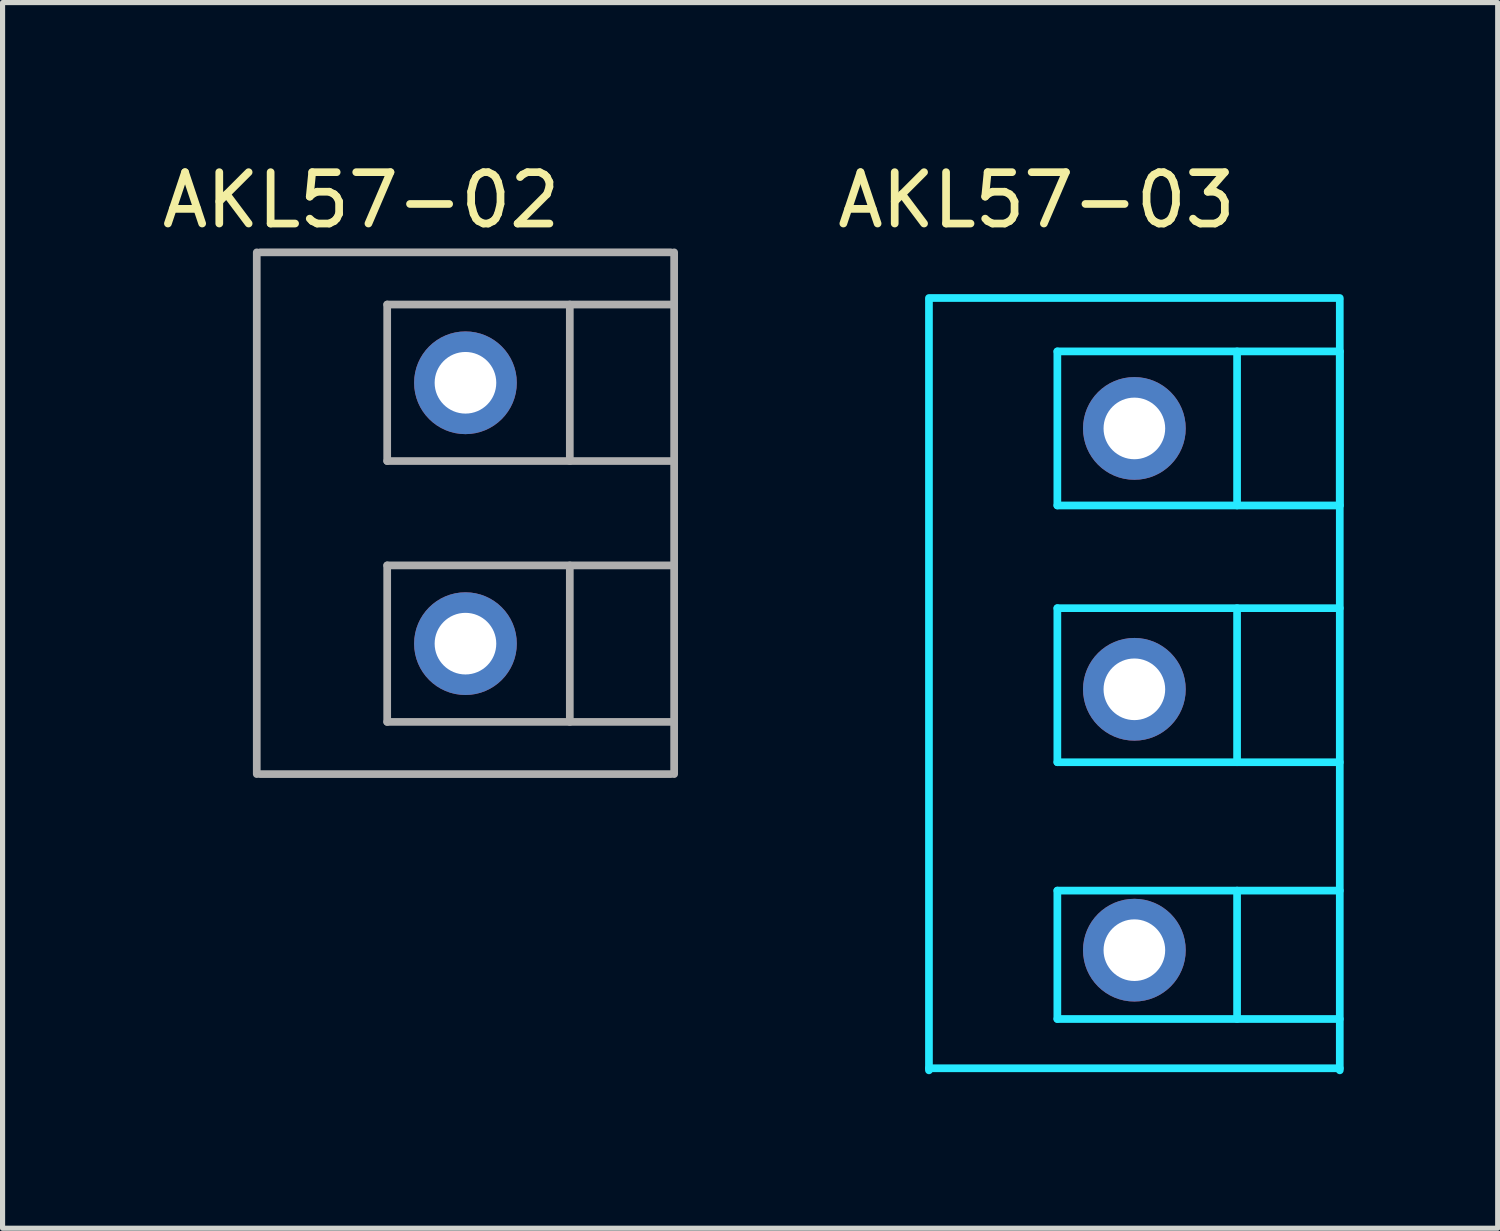
<source format=kicad_pcb>
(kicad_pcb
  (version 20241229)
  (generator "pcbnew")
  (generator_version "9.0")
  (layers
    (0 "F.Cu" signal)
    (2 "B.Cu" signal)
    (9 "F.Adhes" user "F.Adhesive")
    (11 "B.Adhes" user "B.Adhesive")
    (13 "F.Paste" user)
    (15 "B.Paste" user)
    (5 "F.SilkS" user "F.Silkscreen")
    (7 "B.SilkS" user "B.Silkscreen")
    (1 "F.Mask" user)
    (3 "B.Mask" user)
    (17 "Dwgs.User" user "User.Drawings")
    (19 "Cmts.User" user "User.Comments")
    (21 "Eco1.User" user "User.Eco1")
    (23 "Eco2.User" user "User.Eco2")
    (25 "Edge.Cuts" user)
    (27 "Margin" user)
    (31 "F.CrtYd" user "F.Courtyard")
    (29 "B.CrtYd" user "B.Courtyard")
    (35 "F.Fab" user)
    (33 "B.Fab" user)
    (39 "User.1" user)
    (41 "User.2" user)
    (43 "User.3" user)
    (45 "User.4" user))
  (footprint "AKL57-02"
    (layer "F.Cu")
    (at 6.014 4.404)
    (property "Reference" "AKL57-02" (at -2.032 -3.556 0) (layer "F.SilkS") (effects (font (size 1 1) (thickness 0.15))))
    (attr through_hole)
    (fp_line (start -4.064 7.62) (end -4.064 -2.54) (stroke (width 0.15) (type solid)) (layer "F.Fab"))
    (fp_line (start -4 -2.54) (end 4 -2.54) (stroke (width 0.15) (type solid)) (layer "F.Fab"))
    (fp_line (start -4 7.62) (end 4 7.62) (stroke (width 0.15) (type solid)) (layer "F.Fab"))
    (fp_line (start -1.524 -1.524) (end -1.524 1.524) (stroke (width 0.15) (type solid)) (layer "F.Fab"))
    (fp_line (start -1.524 -1.524) (end 4.064 -1.524) (stroke (width 0.15) (type solid)) (layer "F.Fab"))
    (fp_line (start -1.524 1.524) (end 4.064 1.524) (stroke (width 0.15) (type solid)) (layer "F.Fab"))
    (fp_line (start -1.524 3.556) (end -1.524 6.604) (stroke (width 0.15) (type solid)) (layer "F.Fab"))
    (fp_line (start -1.524 3.556) (end 4.064 3.556) (stroke (width 0.15) (type solid)) (layer "F.Fab"))
    (fp_line (start -1.524 6.604) (end 4.064 6.604) (stroke (width 0.15) (type solid)) (layer "F.Fab"))
    (fp_line (start 2.032 1.524) (end 2.032 -1.524) (stroke (width 0.15) (type solid)) (layer "F.Fab"))
    (fp_line (start 2.032 6.604) (end 2.032 3.556) (stroke (width 0.15) (type solid)) (layer "F.Fab"))
    (fp_line (start 4.064 -2.54) (end 4.064 7.62) (stroke (width 0.15) (type solid)) (layer "F.Fab"))
    (pad "1" thru_hole circle (at 0 0) (size 2 2) (drill 1.2) (layers "*.Cu" "*.Mask"))
    (pad "2" thru_hole circle (at 0 5.08) (size 2 2) (drill 1.2) (layers "*.Cu" "*.Mask")))
  (footprint "AKL57-03"
    (layer "F.Cu")
    (at 19.04 5.293)
    (property "Reference" "AKL57-03" (at -1.905 -4.445 0) (layer "F.SilkS") (effects (font (size 1 1) (thickness 0.15))))
    (attr through_hole)
    (fp_line (start -4 12.5) (end -4 -2.5) (stroke (width 0.15) (type solid)) (layer "B.CrtYd"))
    (fp_line (start -1.5 -1.5) (end -1.5 1.5) (stroke (width 0.15) (type solid)) (layer "B.CrtYd"))
    (fp_line (start -1.5 1.5) (end 4 1.5) (stroke (width 0.15) (type solid)) (layer "B.CrtYd"))
    (fp_line (start -1.5 6.5) (end -1.5 3.5) (stroke (width 0.15) (type solid)) (layer "B.CrtYd"))
    (fp_line (start -1.5 6.5) (end 4 6.5) (stroke (width 0.15) (type solid)) (layer "B.CrtYd"))
    (fp_line (start -1.5 9) (end -1.5 11.5) (stroke (width 0.15) (type solid)) (layer "B.CrtYd"))
    (fp_line (start -1.5 9) (end 4 9) (stroke (width 0.15) (type solid)) (layer "B.CrtYd"))
    (fp_line (start -1.5 11.5) (end 4 11.5) (stroke (width 0.15) (type solid)) (layer "B.CrtYd"))
    (fp_line (start 2 -1.5) (end 2 1.5) (stroke (width 0.15) (type solid)) (layer "B.CrtYd"))
    (fp_line (start 2 6.5) (end 2 3.5) (stroke (width 0.15) (type solid)) (layer "B.CrtYd"))
    (fp_line (start 2 9) (end 2 11.5) (stroke (width 0.15) (type solid)) (layer "B.CrtYd"))
    (fp_line (start 4 -2.54) (end -4 -2.54) (stroke (width 0.15) (type solid)) (layer "B.CrtYd"))
    (fp_line (start 4 -2.5) (end 4 12.5) (stroke (width 0.15) (type solid)) (layer "B.CrtYd"))
    (fp_line (start 4 -1.5) (end -1.5 -1.5) (stroke (width 0.15) (type solid)) (layer "B.CrtYd"))
    (fp_line (start 4 1.5) (end 4 -1.5) (stroke (width 0.15) (type solid)) (layer "B.CrtYd"))
    (fp_line (start 4 3.5) (end -1.5 3.5) (stroke (width 0.15) (type solid)) (layer "B.CrtYd"))
    (fp_line (start 4 12.46) (end -4 12.46) (stroke (width 0.15) (type solid)) (layer "B.CrtYd"))
    (pad "1" thru_hole circle (at 0 0) (size 2 2) (drill 1.2) (layers "*.Cu" "*.Mask"))
    (pad "2" thru_hole circle (at 0 5.08) (size 2 2) (drill 1.2) (layers "*.Cu" "*.Mask"))
    (pad "3" thru_hole circle (at 0 10.16) (size 2 2) (drill 1.2) (layers "*.Cu" "*.Mask")))
  (gr_rect
    (start -3 -3)
    (end 26.115 20.868)
    (stroke (width 0.1) (type default))
    (fill no)
    (layer "Edge.Cuts")))
</source>
